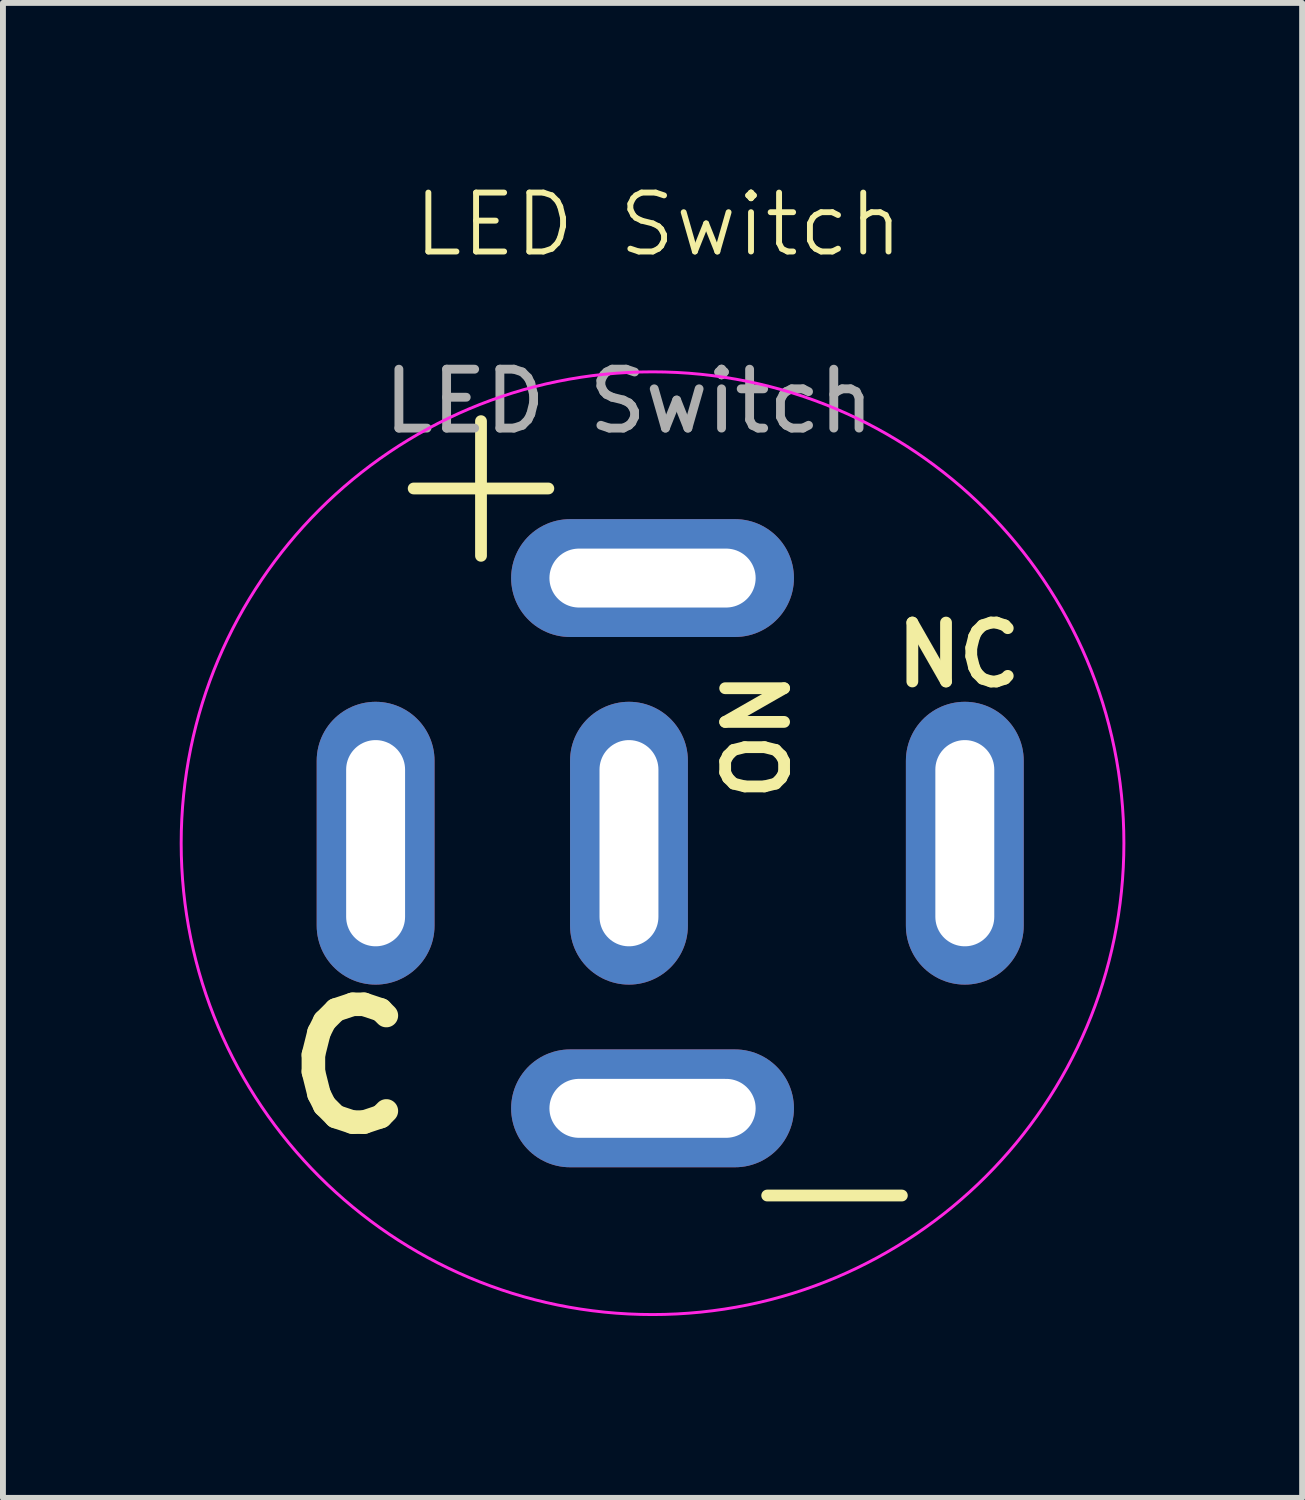
<source format=kicad_pcb>
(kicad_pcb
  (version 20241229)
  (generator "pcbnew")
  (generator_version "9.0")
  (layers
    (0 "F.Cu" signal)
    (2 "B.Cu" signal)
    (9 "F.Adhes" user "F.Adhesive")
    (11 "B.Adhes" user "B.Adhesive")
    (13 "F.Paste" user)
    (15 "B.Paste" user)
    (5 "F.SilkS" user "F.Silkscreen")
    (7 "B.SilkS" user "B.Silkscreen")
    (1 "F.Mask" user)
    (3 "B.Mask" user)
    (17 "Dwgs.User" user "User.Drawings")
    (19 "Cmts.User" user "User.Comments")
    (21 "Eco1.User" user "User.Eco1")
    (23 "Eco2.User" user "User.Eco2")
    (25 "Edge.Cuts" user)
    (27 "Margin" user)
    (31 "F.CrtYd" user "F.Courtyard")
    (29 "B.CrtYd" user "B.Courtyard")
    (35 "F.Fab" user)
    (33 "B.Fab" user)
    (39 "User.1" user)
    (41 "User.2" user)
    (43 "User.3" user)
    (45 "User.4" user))
  (footprint "LED Switch"
    (layer "F.Cu")
    (at 8.625 11.261)
    (property "Reference" "LED Switch" (at -0.5 -10.5 0) (unlocked yes) (layer "F.SilkS") (effects (font (size 1 1) (thickness 0.1))))
    (attr through_hole)
    (fp_circle (center -0.6 0) (end 7.4 0) (stroke (width 0.05) (type default)) (fill no) (layer "F.CrtYd"))
    (fp_text user "NC" (at 3.44 -2.612 0) (unlocked yes) (layer "F.SilkS") (effects (font (size 1 1) (thickness 0.2) (bold yes)) (justify left bottom)))
    (fp_text user "-" (at 0.5 7.5 0) (unlocked yes) (layer "F.SilkS") (effects (font (size 3 3) (thickness 0.2)) (justify left bottom)))
    (fp_text user "C" (at -7 5 0) (unlocked yes) (layer "F.SilkS") (effects (font (size 2 2) (thickness 0.4) (bold yes)) (justify left bottom)))
    (fp_text user "NO" (at 0.5 -3 270) (unlocked yes) (layer "F.SilkS") (effects (font (size 1 1) (thickness 0.2) (bold yes)) (justify left bottom)))
    (fp_text user "+" (at -5.5 -4.5 0) (unlocked yes) (layer "F.SilkS") (effects (font (size 3 3) (thickness 0.2)) (justify left bottom)))
    (fp_text user "${REFERENCE}" (at -1 -7.5 0) (unlocked yes) (layer "F.Fab") (effects (font (size 1 1) (thickness 0.15))))
    (pad "1" thru_hole oval (at -5.3 0) (size 2 4.8) (drill oval 1 3.5) (layers "*.Cu" "*.Mask"))
    (pad "2" thru_hole oval (at -1 0) (size 2 4.8) (drill oval 1 3.5) (layers "*.Cu" "*.Mask"))
    (pad "3" thru_hole oval (at 4.7 0) (size 2 4.8) (drill oval 1 3.5) (layers "*.Cu" "*.Mask"))
    (pad "4" thru_hole oval (at -0.6 4.5 270) (size 2 4.8) (drill oval 1 3.5) (layers "*.Cu" "*.Mask"))
    (pad "5" thru_hole oval (at -0.6 -4.5 270) (size 2 4.8) (drill oval 1 3.5) (layers "*.Cu" "*.Mask")))
  (gr_rect
    (start -3 -3)
    (end 19.05 22.372)
    (stroke (width 0.1) (type default))
    (fill no)
    (layer "Edge.Cuts")))
</source>
